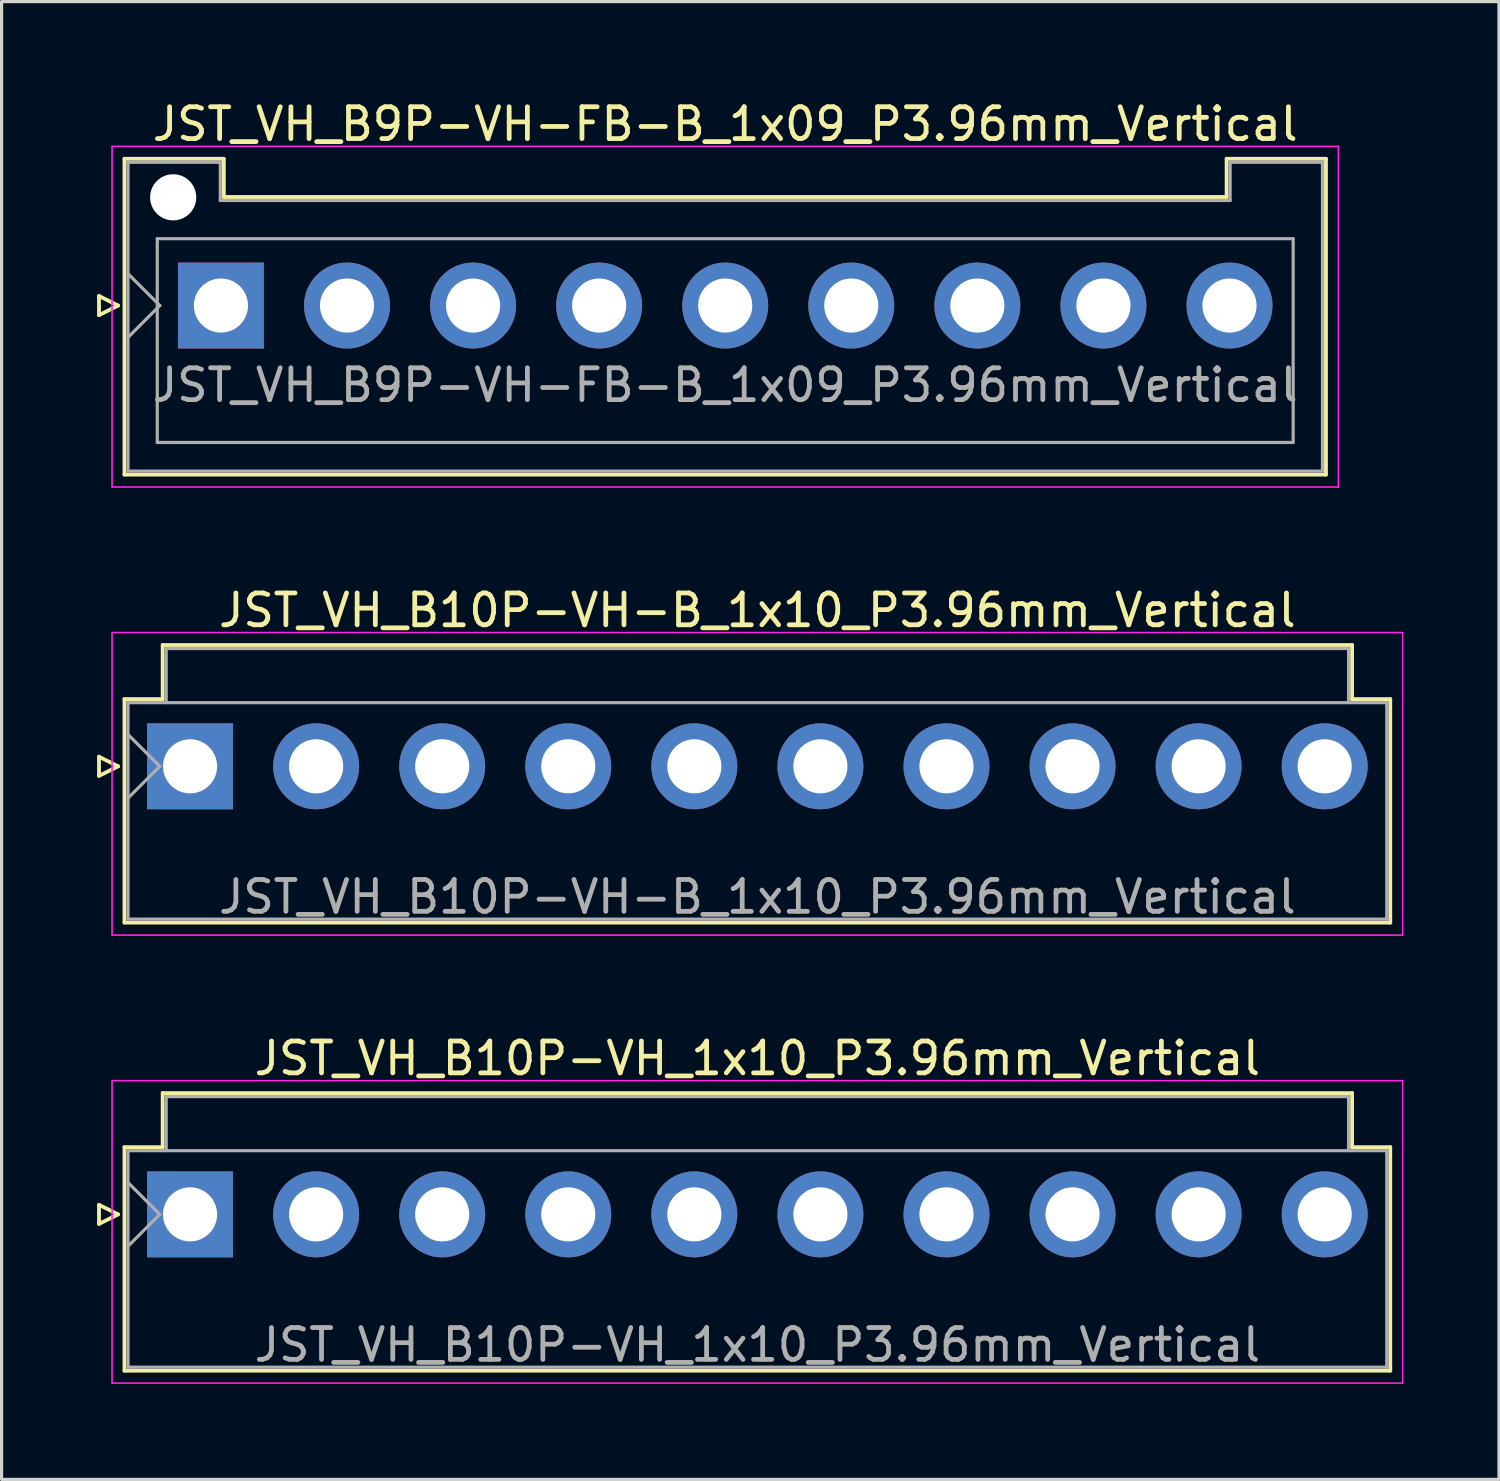
<source format=kicad_pcb>
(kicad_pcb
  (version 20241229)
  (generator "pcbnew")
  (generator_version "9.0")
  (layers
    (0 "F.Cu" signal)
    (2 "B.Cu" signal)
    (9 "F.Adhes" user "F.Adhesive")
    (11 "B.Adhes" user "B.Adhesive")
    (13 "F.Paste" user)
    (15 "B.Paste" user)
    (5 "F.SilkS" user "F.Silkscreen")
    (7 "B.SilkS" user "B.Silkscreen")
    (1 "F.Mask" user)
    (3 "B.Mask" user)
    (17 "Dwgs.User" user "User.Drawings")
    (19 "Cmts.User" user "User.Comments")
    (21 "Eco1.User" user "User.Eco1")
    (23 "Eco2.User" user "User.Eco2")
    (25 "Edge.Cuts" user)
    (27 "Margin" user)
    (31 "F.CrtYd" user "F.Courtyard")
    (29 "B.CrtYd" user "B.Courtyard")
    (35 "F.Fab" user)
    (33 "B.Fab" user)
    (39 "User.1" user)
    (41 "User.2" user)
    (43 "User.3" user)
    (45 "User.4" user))
  (footprint "JST_VH_B10P-VH_1x10_P3.96mm_Vertical"
    (layer "F.Cu")
    (at 2.92 35.095)
    (property "Reference" "JST_VH_B10P-VH_1x10_P3.96mm_Vertical" (at 17.82 -4.9 0) (layer "F.SilkS") (effects (font (size 1 1) (thickness 0.15))))
    (attr through_hole)
    (fp_line (start -2.86 -0.3) (end -2.26 0) (stroke (width 0.12) (type solid)) (layer "F.SilkS"))
    (fp_line (start -2.86 0.3) (end -2.86 -0.3) (stroke (width 0.12) (type solid)) (layer "F.SilkS"))
    (fp_line (start -2.26 0) (end -2.86 0.3) (stroke (width 0.12) (type solid)) (layer "F.SilkS"))
    (fp_line (start -2.06 -2.11) (end -0.86 -2.11) (stroke (width 0.12) (type solid)) (layer "F.SilkS"))
    (fp_line (start -2.06 4.91) (end -2.06 -2.11) (stroke (width 0.12) (type solid)) (layer "F.SilkS"))
    (fp_line (start -0.86 -3.81) (end 36.5 -3.81) (stroke (width 0.12) (type solid)) (layer "F.SilkS"))
    (fp_line (start -0.86 -2.11) (end -0.86 -3.81) (stroke (width 0.12) (type solid)) (layer "F.SilkS"))
    (fp_line (start 36.5 -3.81) (end 36.5 -2.11) (stroke (width 0.12) (type solid)) (layer "F.SilkS"))
    (fp_line (start 36.5 -2.11) (end 37.7 -2.11) (stroke (width 0.12) (type solid)) (layer "F.SilkS"))
    (fp_line (start 37.7 -2.11) (end 37.7 4.91) (stroke (width 0.12) (type solid)) (layer "F.SilkS"))
    (fp_line (start 37.7 4.91) (end -2.06 4.91) (stroke (width 0.12) (type solid)) (layer "F.SilkS"))
    (fp_line (start -2.45 -4.2) (end -2.45 5.3) (stroke (width 0.05) (type solid)) (layer "F.CrtYd"))
    (fp_line (start -2.45 5.3) (end 38.09 5.3) (stroke (width 0.05) (type solid)) (layer "F.CrtYd"))
    (fp_line (start 38.09 -4.2) (end -2.45 -4.2) (stroke (width 0.05) (type solid)) (layer "F.CrtYd"))
    (fp_line (start 38.09 5.3) (end 38.09 -4.2) (stroke (width 0.05) (type solid)) (layer "F.CrtYd"))
    (fp_line (start -1.95 -2) (end -1.95 4.8) (stroke (width 0.1) (type solid)) (layer "F.Fab"))
    (fp_line (start -1.95 -1) (end -0.95 0) (stroke (width 0.1) (type solid)) (layer "F.Fab"))
    (fp_line (start -1.95 1) (end -0.95 0) (stroke (width 0.1) (type solid)) (layer "F.Fab"))
    (fp_line (start -1.95 4.8) (end 37.59 4.8) (stroke (width 0.1) (type solid)) (layer "F.Fab"))
    (fp_line (start -0.75 -3.7) (end 36.39 -3.7) (stroke (width 0.1) (type solid)) (layer "F.Fab"))
    (fp_line (start -0.75 -2) (end -0.75 -3.7) (stroke (width 0.1) (type solid)) (layer "F.Fab"))
    (fp_line (start 36.39 -3.7) (end 36.39 -2) (stroke (width 0.1) (type solid)) (layer "F.Fab"))
    (fp_line (start 37.59 -2) (end -1.95 -2) (stroke (width 0.1) (type solid)) (layer "F.Fab"))
    (fp_line (start 37.59 4.8) (end 37.59 -2) (stroke (width 0.1) (type solid)) (layer "F.Fab"))
    (fp_text user "${REFERENCE}" (at 17.82 4.1 0) (layer "F.Fab") (effects (font (size 1 1) (thickness 0.15))))
    (pad "1" thru_hole rect (at 0 0) (size 2.7 2.7) (drill 1.7) (layers "*.Cu" "*.Mask"))
    (pad "2" thru_hole circle (at 3.96 0) (size 2.7 2.7) (drill 1.7) (layers "*.Cu" "*.Mask"))
    (pad "3" thru_hole circle (at 7.92 0) (size 2.7 2.7) (drill 1.7) (layers "*.Cu" "*.Mask"))
    (pad "4" thru_hole circle (at 11.88 0) (size 2.7 2.7) (drill 1.7) (layers "*.Cu" "*.Mask"))
    (pad "5" thru_hole circle (at 15.84 0) (size 2.7 2.7) (drill 1.7) (layers "*.Cu" "*.Mask"))
    (pad "6" thru_hole circle (at 19.8 0) (size 2.7 2.7) (drill 1.7) (layers "*.Cu" "*.Mask"))
    (pad "7" thru_hole circle (at 23.76 0) (size 2.7 2.7) (drill 1.7) (layers "*.Cu" "*.Mask"))
    (pad "8" thru_hole circle (at 27.72 0) (size 2.7 2.7) (drill 1.7) (layers "*.Cu" "*.Mask"))
    (pad "9" thru_hole circle (at 31.68 0) (size 2.7 2.7) (drill 1.7) (layers "*.Cu" "*.Mask"))
    (pad "10" thru_hole circle (at 35.64 0) (size 2.7 2.7) (drill 1.7) (layers "*.Cu" "*.Mask")))
  (footprint "JST_VH_B10P-VH-B_1x10_P3.96mm_Vertical"
    (layer "F.Cu")
    (at 2.92 21.021)
    (property "Reference" "JST_VH_B10P-VH-B_1x10_P3.96mm_Vertical" (at 17.82 -4.9 0) (layer "F.SilkS") (effects (font (size 1 1) (thickness 0.15))))
    (attr through_hole)
    (fp_line (start -2.86 -0.3) (end -2.26 0) (stroke (width 0.12) (type solid)) (layer "F.SilkS"))
    (fp_line (start -2.86 0.3) (end -2.86 -0.3) (stroke (width 0.12) (type solid)) (layer "F.SilkS"))
    (fp_line (start -2.26 0) (end -2.86 0.3) (stroke (width 0.12) (type solid)) (layer "F.SilkS"))
    (fp_line (start -2.06 -2.11) (end -0.86 -2.11) (stroke (width 0.12) (type solid)) (layer "F.SilkS"))
    (fp_line (start -2.06 4.91) (end -2.06 -2.11) (stroke (width 0.12) (type solid)) (layer "F.SilkS"))
    (fp_line (start -0.86 -3.81) (end 36.5 -3.81) (stroke (width 0.12) (type solid)) (layer "F.SilkS"))
    (fp_line (start -0.86 -2.11) (end -0.86 -3.81) (stroke (width 0.12) (type solid)) (layer "F.SilkS"))
    (fp_line (start 36.5 -3.81) (end 36.5 -2.11) (stroke (width 0.12) (type solid)) (layer "F.SilkS"))
    (fp_line (start 36.5 -2.11) (end 37.7 -2.11) (stroke (width 0.12) (type solid)) (layer "F.SilkS"))
    (fp_line (start 37.7 -2.11) (end 37.7 4.91) (stroke (width 0.12) (type solid)) (layer "F.SilkS"))
    (fp_line (start 37.7 4.91) (end -2.06 4.91) (stroke (width 0.12) (type solid)) (layer "F.SilkS"))
    (fp_line (start -2.45 -4.2) (end -2.45 5.3) (stroke (width 0.05) (type solid)) (layer "F.CrtYd"))
    (fp_line (start -2.45 5.3) (end 38.09 5.3) (stroke (width 0.05) (type solid)) (layer "F.CrtYd"))
    (fp_line (start 38.09 -4.2) (end -2.45 -4.2) (stroke (width 0.05) (type solid)) (layer "F.CrtYd"))
    (fp_line (start 38.09 5.3) (end 38.09 -4.2) (stroke (width 0.05) (type solid)) (layer "F.CrtYd"))
    (fp_line (start -1.95 -2) (end -1.95 4.8) (stroke (width 0.1) (type solid)) (layer "F.Fab"))
    (fp_line (start -1.95 -1) (end -0.95 0) (stroke (width 0.1) (type solid)) (layer "F.Fab"))
    (fp_line (start -1.95 1) (end -0.95 0) (stroke (width 0.1) (type solid)) (layer "F.Fab"))
    (fp_line (start -1.95 4.8) (end 37.59 4.8) (stroke (width 0.1) (type solid)) (layer "F.Fab"))
    (fp_line (start -0.75 -3.7) (end 36.39 -3.7) (stroke (width 0.1) (type solid)) (layer "F.Fab"))
    (fp_line (start -0.75 -2) (end -0.75 -3.7) (stroke (width 0.1) (type solid)) (layer "F.Fab"))
    (fp_line (start 36.39 -3.7) (end 36.39 -2) (stroke (width 0.1) (type solid)) (layer "F.Fab"))
    (fp_line (start 37.59 -2) (end -1.95 -2) (stroke (width 0.1) (type solid)) (layer "F.Fab"))
    (fp_line (start 37.59 4.8) (end 37.59 -2) (stroke (width 0.1) (type solid)) (layer "F.Fab"))
    (fp_text user "${REFERENCE}" (at 17.82 4.1 0) (layer "F.Fab") (effects (font (size 1 1) (thickness 0.15))))
    (pad "1" thru_hole rect (at 0 0) (size 2.7 2.7) (drill 1.7) (layers "*.Cu" "*.Mask"))
    (pad "2" thru_hole circle (at 3.96 0) (size 2.7 2.7) (drill 1.7) (layers "*.Cu" "*.Mask"))
    (pad "3" thru_hole circle (at 7.92 0) (size 2.7 2.7) (drill 1.7) (layers "*.Cu" "*.Mask"))
    (pad "4" thru_hole circle (at 11.88 0) (size 2.7 2.7) (drill 1.7) (layers "*.Cu" "*.Mask"))
    (pad "5" thru_hole circle (at 15.84 0) (size 2.7 2.7) (drill 1.7) (layers "*.Cu" "*.Mask"))
    (pad "6" thru_hole circle (at 19.8 0) (size 2.7 2.7) (drill 1.7) (layers "*.Cu" "*.Mask"))
    (pad "7" thru_hole circle (at 23.76 0) (size 2.7 2.7) (drill 1.7) (layers "*.Cu" "*.Mask"))
    (pad "8" thru_hole circle (at 27.72 0) (size 2.7 2.7) (drill 1.7) (layers "*.Cu" "*.Mask"))
    (pad "9" thru_hole circle (at 31.68 0) (size 2.7 2.7) (drill 1.7) (layers "*.Cu" "*.Mask"))
    (pad "10" thru_hole circle (at 35.64 0) (size 2.7 2.7) (drill 1.7) (layers "*.Cu" "*.Mask")))
  (footprint "JST_VH_B9P-VH-FB-B_1x09_P3.96mm_Vertical"
    (layer "F.Cu")
    (at 3.89 6.548)
    (property "Reference" "JST_VH_B9P-VH-FB-B_1x09_P3.96mm_Vertical" (at 15.84 -5.7 0) (layer "F.SilkS") (effects (font (size 1 1) (thickness 0.15))))
    (attr through_hole)
    (fp_line (start -3.83 -0.3) (end -3.23 0) (stroke (width 0.12) (type solid)) (layer "F.SilkS"))
    (fp_line (start -3.83 0.3) (end -3.83 -0.3) (stroke (width 0.12) (type solid)) (layer "F.SilkS"))
    (fp_line (start -3.23 0) (end -3.83 0.3) (stroke (width 0.12) (type solid)) (layer "F.SilkS"))
    (fp_line (start -3.03 -4.61) (end 0.09 -4.61) (stroke (width 0.12) (type solid)) (layer "F.SilkS"))
    (fp_line (start -3.03 5.31) (end -3.03 -4.61) (stroke (width 0.12) (type solid)) (layer "F.SilkS"))
    (fp_line (start 0.09 -4.61) (end 0.09 -3.41) (stroke (width 0.12) (type solid)) (layer "F.SilkS"))
    (fp_line (start 0.09 -3.41) (end 31.59 -3.41) (stroke (width 0.12) (type solid)) (layer "F.SilkS"))
    (fp_line (start 31.59 -4.61) (end 34.71 -4.61) (stroke (width 0.12) (type solid)) (layer "F.SilkS"))
    (fp_line (start 31.59 -3.41) (end 31.59 -4.61) (stroke (width 0.12) (type solid)) (layer "F.SilkS"))
    (fp_line (start 34.71 -4.61) (end 34.71 5.31) (stroke (width 0.12) (type solid)) (layer "F.SilkS"))
    (fp_line (start 34.71 5.31) (end -3.03 5.31) (stroke (width 0.12) (type solid)) (layer "F.SilkS"))
    (fp_line (start -3.42 -5) (end -3.42 5.7) (stroke (width 0.05) (type solid)) (layer "F.CrtYd"))
    (fp_line (start -3.42 5.7) (end 35.1 5.7) (stroke (width 0.05) (type solid)) (layer "F.CrtYd"))
    (fp_line (start 35.1 -5) (end -3.42 -5) (stroke (width 0.05) (type solid)) (layer "F.CrtYd"))
    (fp_line (start 35.1 5.7) (end 35.1 -5) (stroke (width 0.05) (type solid)) (layer "F.CrtYd"))
    (fp_line (start -2.92 -4.5) (end -0.02 -4.5) (stroke (width 0.1) (type solid)) (layer "F.Fab"))
    (fp_line (start -2.92 -1) (end -1.92 0) (stroke (width 0.1) (type solid)) (layer "F.Fab"))
    (fp_line (start -2.92 1) (end -1.92 0) (stroke (width 0.1) (type solid)) (layer "F.Fab"))
    (fp_line (start -2.92 5.2) (end -2.92 -4.5) (stroke (width 0.1) (type solid)) (layer "F.Fab"))
    (fp_line (start -2 -2.1) (end 33.68 -2.1) (stroke (width 0.1) (type solid)) (layer "F.Fab"))
    (fp_line (start -2 4.3) (end -2 -2.1) (stroke (width 0.1) (type solid)) (layer "F.Fab"))
    (fp_line (start -0.02 -4.5) (end -0.02 -3.3) (stroke (width 0.1) (type solid)) (layer "F.Fab"))
    (fp_line (start -0.02 -3.3) (end 31.7 -3.3) (stroke (width 0.1) (type solid)) (layer "F.Fab"))
    (fp_line (start 31.7 -4.5) (end 34.6 -4.5) (stroke (width 0.1) (type solid)) (layer "F.Fab"))
    (fp_line (start 31.7 -3.3) (end 31.7 -4.5) (stroke (width 0.1) (type solid)) (layer "F.Fab"))
    (fp_line (start 33.68 -2.1) (end 33.68 4.3) (stroke (width 0.1) (type solid)) (layer "F.Fab"))
    (fp_line (start 33.68 4.3) (end -2 4.3) (stroke (width 0.1) (type solid)) (layer "F.Fab"))
    (fp_line (start 34.6 -4.5) (end 34.6 5.2) (stroke (width 0.1) (type solid)) (layer "F.Fab"))
    (fp_line (start 34.6 5.2) (end -2.92 5.2) (stroke (width 0.1) (type solid)) (layer "F.Fab"))
    (fp_text user "${REFERENCE}" (at 15.84 2.5 0) (layer "F.Fab") (effects (font (size 1 1) (thickness 0.15))))
    (pad "" np_thru_hole circle (at -1.5 -3.4) (size 1.45 1.45) (drill 1.45) (layers "*.Cu" "*.Mask"))
    (pad "1" thru_hole rect (at 0 0) (size 2.7 2.7) (drill 1.7) (layers "*.Cu" "*.Mask"))
    (pad "2" thru_hole circle (at 3.96 0) (size 2.7 2.7) (drill 1.7) (layers "*.Cu" "*.Mask"))
    (pad "3" thru_hole circle (at 7.92 0) (size 2.7 2.7) (drill 1.7) (layers "*.Cu" "*.Mask"))
    (pad "4" thru_hole circle (at 11.88 0) (size 2.7 2.7) (drill 1.7) (layers "*.Cu" "*.Mask"))
    (pad "5" thru_hole circle (at 15.84 0) (size 2.7 2.7) (drill 1.7) (layers "*.Cu" "*.Mask"))
    (pad "6" thru_hole circle (at 19.8 0) (size 2.7 2.7) (drill 1.7) (layers "*.Cu" "*.Mask"))
    (pad "7" thru_hole circle (at 23.76 0) (size 2.7 2.7) (drill 1.7) (layers "*.Cu" "*.Mask"))
    (pad "8" thru_hole circle (at 27.72 0) (size 2.7 2.7) (drill 1.7) (layers "*.Cu" "*.Mask"))
    (pad "9" thru_hole circle (at 31.68 0) (size 2.7 2.7) (drill 1.7) (layers "*.Cu" "*.Mask")))
  (gr_rect
    (start -3 -3)
    (end 44.035 43.42)
    (stroke (width 0.1) (type default))
    (fill no)
    (layer "Edge.Cuts")))
</source>
